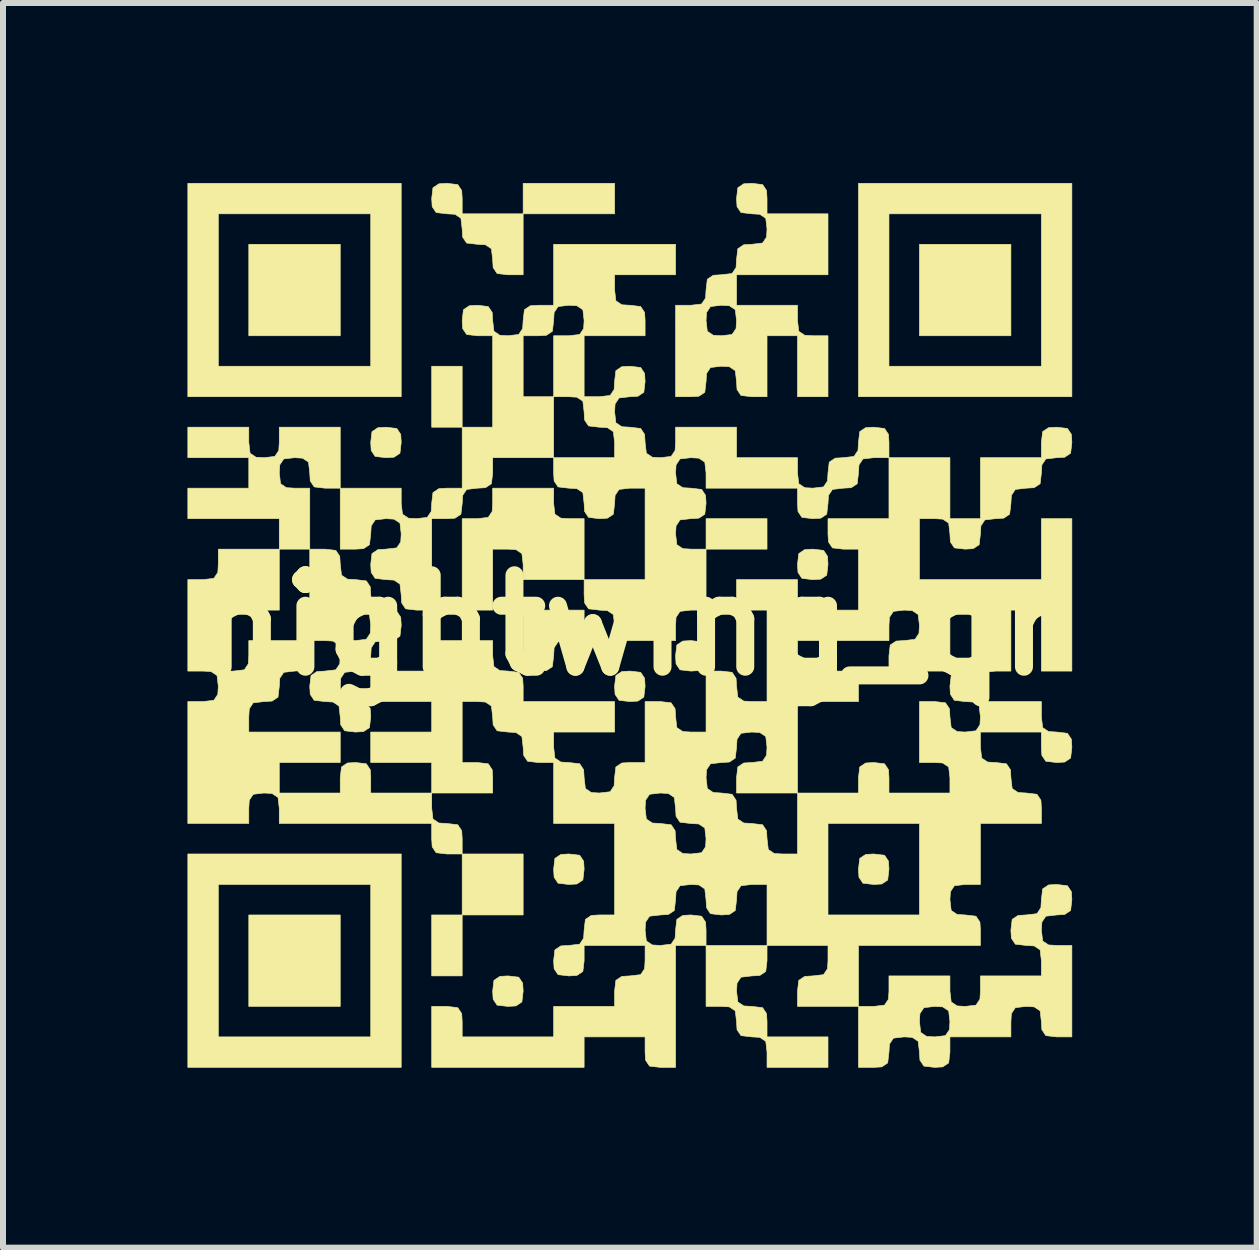
<source format=kicad_pcb>
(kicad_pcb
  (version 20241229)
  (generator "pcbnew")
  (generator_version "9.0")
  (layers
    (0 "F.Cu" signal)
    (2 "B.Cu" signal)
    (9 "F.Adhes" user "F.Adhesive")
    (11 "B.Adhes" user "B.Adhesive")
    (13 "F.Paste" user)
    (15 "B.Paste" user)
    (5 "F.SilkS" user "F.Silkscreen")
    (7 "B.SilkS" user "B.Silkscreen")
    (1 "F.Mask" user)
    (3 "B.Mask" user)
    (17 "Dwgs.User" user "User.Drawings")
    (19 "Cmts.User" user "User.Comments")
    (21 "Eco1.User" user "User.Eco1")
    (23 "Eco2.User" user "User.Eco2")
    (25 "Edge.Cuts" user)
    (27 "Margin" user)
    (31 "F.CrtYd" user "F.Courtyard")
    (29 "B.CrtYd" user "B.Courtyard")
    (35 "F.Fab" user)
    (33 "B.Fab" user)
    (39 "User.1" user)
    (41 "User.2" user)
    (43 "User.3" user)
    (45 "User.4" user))
  (footprint "nightwing_qr"
    (layer "F.Cu")
    (at 7.446 7.371)
    (property "Reference" "nightwing_qr" (at 0 0 0) (layer "F.SilkS") (effects (font (size 1.524 1.524) (thickness 0.3))))
    (attr through_hole)
    (fp_poly (pts (xy -4.826 -4.826) (xy -6.35 -4.826) (xy -6.35 -6.35) (xy -4.826 -6.35) (xy -4.826 -4.826)) (stroke (width 0.01) (type solid)) (fill yes) (layer "F.SilkS"))
    (fp_poly (pts (xy -4.826 6.35) (xy -6.35 6.35) (xy -6.35 4.826) (xy -4.826 4.826) (xy -4.826 6.35)) (stroke (width 0.01) (type solid)) (fill yes) (layer "F.SilkS"))
    (fp_poly (pts (xy -2.794 -3.302) (xy -3.302 -3.302) (xy -3.302 -4.318) (xy -2.794 -4.318) (xy -2.794 -3.302)) (stroke (width 0.01) (type solid)) (fill yes) (layer "F.SilkS"))
    (fp_poly (pts (xy -2.794 5.842) (xy -3.302 5.842) (xy -3.302 4.826) (xy -2.794 4.826) (xy -2.794 5.842)) (stroke (width 0.01) (type solid)) (fill yes) (layer "F.SilkS"))
    (fp_poly (pts (xy -1.778 4.826) (xy -2.794 4.826) (xy -2.794 3.81) (xy -1.778 3.81) (xy -1.778 4.826)) (stroke (width 0.01) (type solid)) (fill yes) (layer "F.SilkS"))
    (fp_poly (pts (xy -0.254 -6.858) (xy -1.778 -6.858) (xy -1.778 -7.366) (xy -0.254 -7.366) (xy -0.254 -6.858)) (stroke (width 0.01) (type solid)) (fill yes) (layer "F.SilkS"))
    (fp_poly (pts (xy 2.286 -1.27) (xy 1.27 -1.27) (xy 1.27 -1.778) (xy 2.286 -1.778) (xy 2.286 -1.27)) (stroke (width 0.01) (type solid)) (fill yes) (layer "F.SilkS"))
    (fp_poly (pts (xy 6.35 -4.826) (xy 4.826 -4.826) (xy 4.826 -6.35) (xy 6.35 -6.35) (xy 6.35 -4.826)) (stroke (width 0.01) (type solid)) (fill yes) (layer "F.SilkS"))
    (fp_poly (pts (xy -3.81 -3.81) (xy -7.366 -3.81) (xy -7.366 -6.858) (xy -6.858 -6.858) (xy -6.858 -4.318) (xy -4.318 -4.318) (xy -4.318 -6.858) (xy -6.858 -6.858) (xy -7.366 -6.858) (xy -7.366 -7.366) (xy -3.81 -7.366) (xy -3.81 -3.81)) (stroke (width 0.01) (type solid)) (fill yes) (layer "F.SilkS"))
    (fp_poly (pts (xy -3.81 7.366) (xy -7.366 7.366) (xy -7.366 4.318) (xy -6.858 4.318) (xy -6.858 6.858) (xy -4.318 6.858) (xy -4.318 4.318) (xy -6.858 4.318) (xy -7.366 4.318) (xy -7.366 3.81) (xy -3.81 3.81) (xy -3.81 7.366)) (stroke (width 0.01) (type solid)) (fill yes) (layer "F.SilkS"))
    (fp_poly (pts (xy 7.366 -3.81) (xy 3.81 -3.81) (xy 3.81 -6.858) (xy 4.318 -6.858) (xy 4.318 -4.318) (xy 6.858 -4.318) (xy 6.858 -6.858) (xy 4.318 -6.858) (xy 3.81 -6.858) (xy 3.81 -7.366) (xy 7.366 -7.366) (xy 7.366 -3.81)) (stroke (width 0.01) (type solid)) (fill yes) (layer "F.SilkS"))
    (fp_poly (pts (xy -3.884 -3.281) (xy -3.818 -3.182) (xy -3.81 -3.048) (xy -3.831 -2.868) (xy -3.93 -2.802) (xy -4.064 -2.794) (xy -4.244 -2.815) (xy -4.31 -2.914) (xy -4.318 -3.048) (xy -4.297 -3.228) (xy -4.198 -3.294) (xy -4.064 -3.302) (xy -3.884 -3.281)) (stroke (width 0.01) (type solid)) (fill yes) (layer "F.SilkS"))
    (fp_poly (pts (xy -1.852 5.863) (xy -1.786 5.962) (xy -1.778 6.096) (xy -1.799 6.276) (xy -1.898 6.342) (xy -2.032 6.35) (xy -2.212 6.329) (xy -2.278 6.23) (xy -2.286 6.096) (xy -2.265 5.916) (xy -2.166 5.85) (xy -2.032 5.842) (xy -1.852 5.863)) (stroke (width 0.01) (type solid)) (fill yes) (layer "F.SilkS"))
    (fp_poly (pts (xy -0.836 3.831) (xy -0.77 3.93) (xy -0.762 4.064) (xy -0.783 4.244) (xy -0.882 4.31) (xy -1.016 4.318) (xy -1.196 4.297) (xy -1.262 4.198) (xy -1.27 4.064) (xy -1.249 3.884) (xy -1.15 3.818) (xy -1.016 3.81) (xy -0.836 3.831)) (stroke (width 0.01) (type solid)) (fill yes) (layer "F.SilkS"))
    (fp_poly (pts (xy 0.18 0.783) (xy 0.246 0.882) (xy 0.254 1.016) (xy 0.233 1.196) (xy 0.134 1.262) (xy 0 1.27) (xy -0.18 1.249) (xy -0.246 1.15) (xy -0.254 1.016) (xy -0.233 0.836) (xy -0.134 0.77) (xy 0 0.762) (xy 0.18 0.783)) (stroke (width 0.01) (type solid)) (fill yes) (layer "F.SilkS"))
    (fp_poly (pts (xy 1.196 0.275) (xy 1.262 0.374) (xy 1.27 0.508) (xy 1.249 0.688) (xy 1.15 0.754) (xy 1.016 0.762) (xy 0.836 0.741) (xy 0.77 0.642) (xy 0.762 0.508) (xy 0.783 0.328) (xy 0.882 0.262) (xy 1.016 0.254) (xy 1.196 0.275)) (stroke (width 0.01) (type solid)) (fill yes) (layer "F.SilkS"))
    (fp_poly (pts (xy 3.228 -1.249) (xy 3.294 -1.15) (xy 3.302 -1.016) (xy 3.281 -0.836) (xy 3.182 -0.77) (xy 3.048 -0.762) (xy 2.868 -0.783) (xy 2.802 -0.882) (xy 2.794 -1.016) (xy 2.815 -1.196) (xy 2.914 -1.262) (xy 3.048 -1.27) (xy 3.228 -1.249)) (stroke (width 0.01) (type solid)) (fill yes) (layer "F.SilkS"))
    (fp_poly (pts (xy 4.244 3.831) (xy 4.31 3.93) (xy 4.318 4.064) (xy 4.297 4.244) (xy 4.198 4.31) (xy 4.064 4.318) (xy 3.884 4.297) (xy 3.818 4.198) (xy 3.81 4.064) (xy 3.831 3.884) (xy 3.93 3.818) (xy 4.064 3.81) (xy 4.244 3.831)) (stroke (width 0.01) (type solid)) (fill yes) (layer "F.SilkS"))
    (fp_poly (pts (xy -0.762 0) (xy -0.783 0.18) (xy -0.882 0.246) (xy -1.016 0.254) (xy -1.196 0.275) (xy -1.262 0.374) (xy -1.27 0.508) (xy -1.291 0.688) (xy -1.39 0.754) (xy -1.524 0.762) (xy -1.778 0.762) (xy -1.778 -0.254) (xy -0.762 -0.254) (xy -0.762 0)) (stroke (width 0.01) (type solid)) (fill yes) (layer "F.SilkS"))
    (fp_poly (pts (xy -1.27 -2.032) (xy -1.249 -1.852) (xy -1.15 -1.786) (xy -1.016 -1.778) (xy -0.762 -1.778) (xy -0.762 -0.762) (xy -1.778 -0.762) (xy -1.778 -1.016) (xy -1.799 -1.196) (xy -1.898 -1.262) (xy -2.032 -1.27) (xy -2.286 -1.27) (xy -2.286 -0.254) (xy -2.794 -0.254) (xy -2.794 -1.778) (xy -2.54 -1.778) (xy -2.36 -1.799) (xy -2.294 -1.898) (xy -2.286 -2.032) (xy -2.286 -2.286) (xy -1.27 -2.286) (xy -1.27 -2.032)) (stroke (width 0.01) (type solid)) (fill yes) (layer "F.SilkS"))
    (fp_poly (pts (xy -2.868 -7.345) (xy -2.802 -7.246) (xy -2.794 -7.112) (xy -2.794 -6.858) (xy -1.778 -6.858) (xy -1.778 -5.842) (xy -2.032 -5.842) (xy -2.212 -5.863) (xy -2.278 -5.962) (xy -2.286 -6.096) (xy -2.307 -6.276) (xy -2.406 -6.342) (xy -2.54 -6.35) (xy -2.72 -6.371) (xy -2.786 -6.47) (xy -2.794 -6.604) (xy -2.815 -6.784) (xy -2.914 -6.85) (xy -3.048 -6.858) (xy -3.228 -6.879) (xy -3.294 -6.978) (xy -3.302 -7.112) (xy -3.281 -7.292) (xy -3.182 -7.358) (xy -3.048 -7.366) (xy -2.868 -7.345)) (stroke (width 0.01) (type solid)) (fill yes) (layer "F.SilkS"))
    (fp_poly (pts (xy -4.9 -1.249) (xy -4.834 -1.15) (xy -4.826 -1.016) (xy -4.805 -0.836) (xy -4.706 -0.77) (xy -4.572 -0.762) (xy -4.392 -0.741) (xy -4.326 -0.642) (xy -4.318 -0.508) (xy -4.297 -0.328) (xy -4.198 -0.262) (xy -4.064 -0.254) (xy -3.884 -0.233) (xy -3.818 -0.134) (xy -3.81 0) (xy -3.831 0.18) (xy -3.93 0.246) (xy -4.064 0.254) (xy -4.244 0.275) (xy -4.31 0.374) (xy -4.318 0.508) (xy -4.339 0.688) (xy -4.438 0.754) (xy -4.572 0.762) (xy -4.752 0.783) (xy -4.818 0.882) (xy -4.826 1.016) (xy -4.805 1.196) (xy -4.706 1.262) (xy -4.572 1.27) (xy -4.392 1.291) (xy -4.326 1.39) (xy -4.318 1.524) (xy -4.339 1.704) (xy -4.438 1.77) (xy -4.572 1.778) (xy -4.752 1.757) (xy -4.818 1.658) (xy -4.826 1.524) (xy -4.847 1.344) (xy -4.946 1.278) (xy -5.08 1.27) (xy -5.26 1.249) (xy -5.326 1.15) (xy -5.334 1.016) (xy -5.313 0.836) (xy -5.214 0.77) (xy -5.08 0.762) (xy -4.9 0.741) (xy -4.834 0.642) (xy -4.826 0.508) (xy -4.847 0.328) (xy -4.946 0.262) (xy -5.08 0.254) (xy -5.334 0.254) (xy -5.334 0) (xy -4.826 0) (xy -4.805 0.18) (xy -4.706 0.246) (xy -4.572 0.254) (xy -4.392 0.233) (xy -4.326 0.134) (xy -4.318 0) (xy -4.339 -0.18) (xy -4.438 -0.246) (xy -4.572 -0.254) (xy -4.752 -0.233) (xy -4.818 -0.134) (xy -4.826 0) (xy -5.334 0) (xy -5.334 -1.27) (xy -5.08 -1.27) (xy -4.9 -1.249)) (stroke (width 0.01) (type solid)) (fill yes) (layer "F.SilkS"))
    (fp_poly (pts (xy 2.212 -7.345) (xy 2.278 -7.246) (xy 2.286 -7.112) (xy 2.286 -6.858) (xy 3.302 -6.858) (xy 3.302 -5.842) (xy 1.778 -5.842) (xy 1.778 -5.334) (xy 2.794 -5.334) (xy 2.794 -5.08) (xy 2.815 -4.9) (xy 2.914 -4.834) (xy 3.048 -4.826) (xy 3.302 -4.826) (xy 3.302 -3.81) (xy 2.794 -3.81) (xy 2.794 -4.826) (xy 2.286 -4.826) (xy 2.286 -3.81) (xy 2.032 -3.81) (xy 1.852 -3.831) (xy 1.786 -3.93) (xy 1.778 -4.064) (xy 1.757 -4.244) (xy 1.658 -4.31) (xy 1.524 -4.318) (xy 1.344 -4.297) (xy 1.278 -4.198) (xy 1.27 -4.064) (xy 1.249 -3.884) (xy 1.15 -3.818) (xy 1.016 -3.81) (xy 0.762 -3.81) (xy 0.762 -5.08) (xy 1.27 -5.08) (xy 1.291 -4.9) (xy 1.39 -4.834) (xy 1.524 -4.826) (xy 1.704 -4.847) (xy 1.77 -4.946) (xy 1.778 -5.08) (xy 1.757 -5.26) (xy 1.658 -5.326) (xy 1.524 -5.334) (xy 1.344 -5.313) (xy 1.278 -5.214) (xy 1.27 -5.08) (xy 0.762 -5.08) (xy 0.762 -5.334) (xy 1.016 -5.334) (xy 1.196 -5.355) (xy 1.262 -5.454) (xy 1.27 -5.588) (xy 1.291 -5.768) (xy 1.39 -5.834) (xy 1.524 -5.842) (xy 1.704 -5.863) (xy 1.77 -5.962) (xy 1.778 -6.096) (xy 1.799 -6.276) (xy 1.898 -6.342) (xy 2.032 -6.35) (xy 2.212 -6.371) (xy 2.278 -6.47) (xy 2.286 -6.604) (xy 2.265 -6.784) (xy 2.166 -6.85) (xy 2.032 -6.858) (xy 1.852 -6.879) (xy 1.786 -6.978) (xy 1.778 -7.112) (xy 1.799 -7.292) (xy 1.898 -7.358) (xy 2.032 -7.366) (xy 2.212 -7.345)) (stroke (width 0.01) (type solid)) (fill yes) (layer "F.SilkS"))
    (fp_poly (pts (xy 7.292 4.339) (xy 7.358 4.438) (xy 7.366 4.572) (xy 7.345 4.752) (xy 7.246 4.818) (xy 7.112 4.826) (xy 6.932 4.847) (xy 6.866 4.946) (xy 6.858 5.08) (xy 6.879 5.26) (xy 6.978 5.326) (xy 7.112 5.334) (xy 7.366 5.334) (xy 7.366 6.858) (xy 7.112 6.858) (xy 6.932 6.837) (xy 6.866 6.738) (xy 6.858 6.604) (xy 6.837 6.424) (xy 6.738 6.358) (xy 6.604 6.35) (xy 6.424 6.371) (xy 6.358 6.47) (xy 6.35 6.604) (xy 6.35 6.858) (xy 5.334 6.858) (xy 5.334 7.112) (xy 5.313 7.292) (xy 5.214 7.358) (xy 5.08 7.366) (xy 4.9 7.345) (xy 4.834 7.246) (xy 4.826 7.112) (xy 4.805 6.932) (xy 4.706 6.866) (xy 4.572 6.858) (xy 4.392 6.879) (xy 4.326 6.978) (xy 4.318 7.112) (xy 4.297 7.292) (xy 4.198 7.358) (xy 4.064 7.366) (xy 3.81 7.366) (xy 3.81 6.604) (xy 4.826 6.604) (xy 4.847 6.784) (xy 4.946 6.85) (xy 5.08 6.858) (xy 5.26 6.837) (xy 5.326 6.738) (xy 5.334 6.604) (xy 5.313 6.424) (xy 5.214 6.358) (xy 5.08 6.35) (xy 4.9 6.371) (xy 4.834 6.47) (xy 4.826 6.604) (xy 3.81 6.604) (xy 3.81 6.35) (xy 4.064 6.35) (xy 4.244 6.329) (xy 4.31 6.23) (xy 4.318 6.096) (xy 4.318 5.842) (xy 5.334 5.842) (xy 5.334 6.096) (xy 5.355 6.276) (xy 5.454 6.342) (xy 5.588 6.35) (xy 5.768 6.329) (xy 5.834 6.23) (xy 5.842 6.096) (xy 5.842 5.842) (xy 6.858 5.842) (xy 6.858 5.588) (xy 6.837 5.408) (xy 6.738 5.342) (xy 6.604 5.334) (xy 6.424 5.313) (xy 6.358 5.214) (xy 6.35 5.08) (xy 6.371 4.9) (xy 6.47 4.834) (xy 6.604 4.826) (xy 6.784 4.805) (xy 6.85 4.706) (xy 6.858 4.572) (xy 6.879 4.392) (xy 6.978 4.326) (xy 7.112 4.318) (xy 7.292 4.339)) (stroke (width 0.01) (type solid)) (fill yes) (layer "F.SilkS"))
    (fp_poly (pts (xy 5.334 -2.794) (xy 5.334 -1.778) (xy 5.842 -1.778) (xy 5.842 -2.794) (xy 6.858 -2.794) (xy 6.858 -3.048) (xy 6.879 -3.228) (xy 6.978 -3.294) (xy 7.112 -3.302) (xy 7.292 -3.281) (xy 7.358 -3.182) (xy 7.366 -3.048) (xy 7.345 -2.868) (xy 7.246 -2.802) (xy 7.112 -2.794) (xy 6.932 -2.773) (xy 6.866 -2.674) (xy 6.858 -2.54) (xy 6.837 -2.36) (xy 6.738 -2.294) (xy 6.604 -2.286) (xy 6.424 -2.265) (xy 6.358 -2.166) (xy 6.35 -2.032) (xy 6.329 -1.852) (xy 6.23 -1.786) (xy 6.096 -1.778) (xy 5.916 -1.757) (xy 5.85 -1.658) (xy 5.842 -1.524) (xy 5.821 -1.344) (xy 5.722 -1.278) (xy 5.588 -1.27) (xy 5.408 -1.291) (xy 5.342 -1.39) (xy 5.334 -1.524) (xy 5.313 -1.704) (xy 5.214 -1.77) (xy 5.08 -1.778) (xy 4.826 -1.778) (xy 4.826 -0.762) (xy 6.858 -0.762) (xy 6.858 -1.778) (xy 7.366 -1.778) (xy 7.366 0.762) (xy 6.858 0.762) (xy 6.858 -0.254) (xy 6.35 -0.254) (xy 6.35 0.762) (xy 6.096 0.762) (xy 5.916 0.783) (xy 5.85 0.882) (xy 5.842 1.016) (xy 5.842 1.27) (xy 6.858 1.27) (xy 6.858 1.524) (xy 6.879 1.704) (xy 6.978 1.77) (xy 7.112 1.778) (xy 7.292 1.799) (xy 7.358 1.898) (xy 7.366 2.032) (xy 7.345 2.212) (xy 7.246 2.278) (xy 7.112 2.286) (xy 6.932 2.265) (xy 6.866 2.166) (xy 6.858 2.032) (xy 6.858 1.778) (xy 5.842 1.778) (xy 5.842 2.032) (xy 5.863 2.212) (xy 5.962 2.278) (xy 6.096 2.286) (xy 6.276 2.307) (xy 6.342 2.406) (xy 6.35 2.54) (xy 6.371 2.72) (xy 6.47 2.786) (xy 6.604 2.794) (xy 6.784 2.815) (xy 6.85 2.914) (xy 6.858 3.048) (xy 6.858 3.302) (xy 5.842 3.302) (xy 5.842 4.318) (xy 5.588 4.318) (xy 5.408 4.339) (xy 5.342 4.438) (xy 5.334 4.572) (xy 5.355 4.752) (xy 5.454 4.818) (xy 5.588 4.826) (xy 5.768 4.847) (xy 5.834 4.946) (xy 5.842 5.08) (xy 5.842 5.334) (xy 3.81 5.334) (xy 3.81 6.35) (xy 2.794 6.35) (xy 2.794 6.096) (xy 2.815 5.916) (xy 2.914 5.85) (xy 3.048 5.842) (xy 3.228 5.821) (xy 3.294 5.722) (xy 3.302 5.588) (xy 3.302 5.334) (xy 2.286 5.334) (xy 2.286 5.588) (xy 2.265 5.768) (xy 2.166 5.834) (xy 2.032 5.842) (xy 1.852 5.863) (xy 1.786 5.962) (xy 1.778 6.096) (xy 1.799 6.276) (xy 1.898 6.342) (xy 2.032 6.35) (xy 2.212 6.371) (xy 2.278 6.47) (xy 2.286 6.604) (xy 2.286 6.858) (xy 3.302 6.858) (xy 3.302 7.366) (xy 2.286 7.366) (xy 2.286 7.112) (xy 2.265 6.932) (xy 2.166 6.866) (xy 2.032 6.858) (xy 1.852 6.837) (xy 1.786 6.738) (xy 1.778 6.604) (xy 1.757 6.424) (xy 1.658 6.358) (xy 1.524 6.35) (xy 1.27 6.35) (xy 1.27 5.334) (xy 0.762 5.334) (xy 0.762 7.366) (xy 0.508 7.366) (xy 0.328 7.345) (xy 0.262 7.246) (xy 0.254 7.112) (xy 0.254 6.858) (xy -0.762 6.858) (xy -0.762 7.366) (xy -3.302 7.366) (xy -3.302 6.35) (xy -3.048 6.35) (xy -2.868 6.371) (xy -2.802 6.47) (xy -2.794 6.604) (xy -2.794 6.858) (xy -1.27 6.858) (xy -1.27 6.35) (xy -0.254 6.35) (xy -0.254 6.096) (xy -0.233 5.916) (xy -0.134 5.85) (xy 0 5.842) (xy 0.18 5.821) (xy 0.246 5.722) (xy 0.254 5.588) (xy 0.254 5.334) (xy -0.762 5.334) (xy -0.762 5.588) (xy -0.783 5.768) (xy -0.882 5.834) (xy -1.016 5.842) (xy -1.196 5.821) (xy -1.262 5.722) (xy -1.27 5.588) (xy -1.249 5.408) (xy -1.15 5.342) (xy -1.016 5.334) (xy -0.836 5.313) (xy -0.77 5.214) (xy -0.762 5.08) (xy 0.254 5.08) (xy 0.275 5.26) (xy 0.374 5.326) (xy 0.508 5.334) (xy 0.688 5.313) (xy 0.754 5.214) (xy 0.762 5.08) (xy 0.783 4.9) (xy 0.882 4.834) (xy 1.016 4.826) (xy 1.196 4.847) (xy 1.262 4.946) (xy 1.27 5.08) (xy 1.27 5.334) (xy 2.286 5.334) (xy 2.286 4.318) (xy 2.032 4.318) (xy 1.852 4.339) (xy 1.786 4.438) (xy 1.778 4.572) (xy 1.757 4.752) (xy 1.658 4.818) (xy 1.524 4.826) (xy 1.344 4.805) (xy 1.278 4.706) (xy 1.27 4.572) (xy 1.249 4.392) (xy 1.15 4.326) (xy 1.016 4.318) (xy 0.836 4.339) (xy 0.77 4.438) (xy 0.762 4.572) (xy 0.741 4.752) (xy 0.642 4.818) (xy 0.508 4.826) (xy 0.328 4.847) (xy 0.262 4.946) (xy 0.254 5.08) (xy -0.762 5.08) (xy -0.741 4.9) (xy -0.642 4.834) (xy -0.508 4.826) (xy -0.254 4.826) (xy -0.254 3.302) (xy -1.27 3.302) (xy -1.27 3.048) (xy 0.254 3.048) (xy 0.275 3.228) (xy 0.374 3.294) (xy 0.508 3.302) (xy 0.688 3.323) (xy 0.754 3.422) (xy 0.762 3.556) (xy 0.783 3.736) (xy 0.882 3.802) (xy 1.016 3.81) (xy 1.196 3.789) (xy 1.262 3.69) (xy 1.27 3.556) (xy 1.249 3.376) (xy 1.15 3.31) (xy 1.016 3.302) (xy 0.836 3.281) (xy 0.77 3.182) (xy 0.762 3.048) (xy 0.741 2.868) (xy 0.642 2.802) (xy 0.508 2.794) (xy 0.328 2.815) (xy 0.262 2.914) (xy 0.254 3.048) (xy -1.27 3.048) (xy -1.27 2.286) (xy -1.524 2.286) (xy -1.704 2.265) (xy -1.77 2.166) (xy -1.778 2.032) (xy -1.799 1.852) (xy -1.898 1.786) (xy -2.032 1.778) (xy -2.212 1.757) (xy -2.278 1.658) (xy -2.286 1.524) (xy -2.307 1.344) (xy -2.406 1.278) (xy -2.54 1.27) (xy -2.794 1.27) (xy -2.794 2.286) (xy -2.54 2.286) (xy -2.36 2.307) (xy -2.294 2.406) (xy -2.286 2.54) (xy -2.286 2.794) (xy -3.302 2.794) (xy -3.302 3.048) (xy -3.281 3.228) (xy -3.182 3.294) (xy -3.048 3.302) (xy -2.868 3.323) (xy -2.802 3.422) (xy -2.794 3.556) (xy -2.794 3.81) (xy -3.048 3.81) (xy -3.228 3.789) (xy -3.294 3.69) (xy -3.302 3.556) (xy -3.302 3.302) (xy -5.842 3.302) (xy -5.842 3.048) (xy -5.863 2.868) (xy -5.962 2.802) (xy -6.096 2.794) (xy -6.276 2.815) (xy -6.342 2.914) (xy -6.35 3.048) (xy -6.35 3.302) (xy -7.366 3.302) (xy -7.366 1.27) (xy -7.112 1.27) (xy -6.932 1.249) (xy -6.866 1.15) (xy -6.858 1.016) (xy -6.879 0.836) (xy -6.978 0.77) (xy -7.112 0.762) (xy -7.366 0.762) (xy -7.366 -0.254) (xy -6.858 -0.254) (xy -6.858 0.762) (xy -6.604 0.762) (xy -6.424 0.741) (xy -6.358 0.642) (xy -6.35 0.508) (xy -6.35 0.254) (xy -5.334 0.254) (xy -5.334 0.508) (xy -5.355 0.688) (xy -5.454 0.754) (xy -5.588 0.762) (xy -5.768 0.783) (xy -5.834 0.882) (xy -5.842 1.016) (xy -5.863 1.196) (xy -5.962 1.262) (xy -6.096 1.27) (xy -6.276 1.291) (xy -6.342 1.39) (xy -6.35 1.524) (xy -6.35 1.778) (xy -4.826 1.778) (xy -4.826 2.286) (xy -5.842 2.286) (xy -5.842 2.794) (xy -4.826 2.794) (xy -4.826 2.54) (xy -4.805 2.36) (xy -4.706 2.294) (xy -4.572 2.286) (xy -4.392 2.307) (xy -4.326 2.406) (xy -4.318 2.54) (xy -4.318 2.794) (xy -3.302 2.794) (xy -3.302 2.286) (xy -4.318 2.286) (xy -4.318 1.778) (xy -3.302 1.778) (xy -3.302 1.27) (xy -4.318 1.27) (xy -4.318 0.762) (xy -3.302 0.762) (xy -3.302 0.254) (xy -2.286 0.254) (xy -2.286 0.508) (xy -2.265 0.688) (xy -2.166 0.754) (xy -2.032 0.762) (xy -1.852 0.783) (xy -1.786 0.882) (xy -1.778 1.016) (xy -1.778 1.27) (xy -0.254 1.27) (xy -0.254 1.778) (xy -1.27 1.778) (xy -1.27 2.032) (xy -1.249 2.212) (xy -1.15 2.278) (xy -1.016 2.286) (xy -0.836 2.307) (xy -0.77 2.406) (xy -0.762 2.54) (xy -0.741 2.72) (xy -0.642 2.786) (xy -0.508 2.794) (xy -0.328 2.773) (xy -0.262 2.674) (xy -0.254 2.54) (xy 1.27 2.54) (xy 1.291 2.72) (xy 1.39 2.786) (xy 1.524 2.794) (xy 1.704 2.815) (xy 1.77 2.914) (xy 1.778 3.048) (xy 1.799 3.228) (xy 1.898 3.294) (xy 2.032 3.302) (xy 2.212 3.323) (xy 2.278 3.422) (xy 2.286 3.556) (xy 2.307 3.736) (xy 2.406 3.802) (xy 2.54 3.81) (xy 2.794 3.81) (xy 2.794 3.302) (xy 3.302 3.302) (xy 3.302 4.826) (xy 4.826 4.826) (xy 4.826 3.302) (xy 3.302 3.302) (xy 2.794 3.302) (xy 2.794 2.794) (xy 1.778 2.794) (xy 1.778 2.54) (xy 1.799 2.36) (xy 1.898 2.294) (xy 2.032 2.286) (xy 2.212 2.265) (xy 2.278 2.166) (xy 2.286 2.032) (xy 2.265 1.852) (xy 2.166 1.786) (xy 2.032 1.778) (xy 1.852 1.799) (xy 1.786 1.898) (xy 1.778 2.032) (xy 1.757 2.212) (xy 1.658 2.278) (xy 1.524 2.286) (xy 1.344 2.307) (xy 1.278 2.406) (xy 1.27 2.54) (xy -0.254 2.54) (xy -0.233 2.36) (xy -0.134 2.294) (xy 0 2.286) (xy 0.254 2.286) (xy 0.254 1.27) (xy 0.508 1.27) (xy 0.688 1.291) (xy 0.754 1.39) (xy 0.762 1.524) (xy 0.783 1.704) (xy 0.882 1.77) (xy 1.016 1.778) (xy 1.27 1.778) (xy 1.27 0.762) (xy 1.524 0.762) (xy 1.704 0.783) (xy 1.77 0.882) (xy 1.778 1.016) (xy 1.799 1.196) (xy 1.898 1.262) (xy 2.032 1.27) (xy 2.286 1.27) (xy 2.286 0.254) (xy 2.794 0.254) (xy 2.794 0.762) (xy 3.81 0.762) (xy 3.81 1.27) (xy 2.794 1.27) (xy 2.794 2.794) (xy 3.81 2.794) (xy 3.81 2.54) (xy 3.831 2.36) (xy 3.93 2.294) (xy 4.064 2.286) (xy 4.244 2.307) (xy 4.31 2.406) (xy 4.318 2.54) (xy 4.318 2.794) (xy 5.334 2.794) (xy 5.334 2.54) (xy 5.313 2.36) (xy 5.214 2.294) (xy 5.08 2.286) (xy 4.826 2.286) (xy 4.826 1.27) (xy 5.08 1.27) (xy 5.26 1.291) (xy 5.326 1.39) (xy 5.334 1.524) (xy 5.355 1.704) (xy 5.454 1.77) (xy 5.588 1.778) (xy 5.768 1.757) (xy 5.834 1.658) (xy 5.842 1.524) (xy 5.821 1.344) (xy 5.722 1.278) (xy 5.588 1.27) (xy 5.408 1.249) (xy 5.342 1.15) (xy 5.334 1.016) (xy 5.355 0.836) (xy 5.454 0.77) (xy 5.588 0.762) (xy 5.842 0.762) (xy 5.842 -0.254) (xy 5.334 -0.254) (xy 5.334 0.762) (xy 4.318 0.762) (xy 4.318 0.508) (xy 4.339 0.328) (xy 4.438 0.262) (xy 4.572 0.254) (xy 4.752 0.233) (xy 4.818 0.134) (xy 4.826 0) (xy 4.805 -0.18) (xy 4.706 -0.246) (xy 4.572 -0.254) (xy 4.392 -0.233) (xy 4.326 -0.134) (xy 4.318 0) (xy 4.318 0.254) (xy 2.794 0.254) (xy 2.286 0.254) (xy 2.286 -0.254) (xy 2.032 -0.254) (xy 1.852 -0.275) (xy 1.786 -0.374) (xy 1.778 -0.508) (xy 1.778 -0.762) (xy 2.794 -0.762) (xy 2.794 -0.254) (xy 3.81 -0.254) (xy 3.81 -1.27) (xy 3.556 -1.27) (xy 3.376 -1.291) (xy 3.31 -1.39) (xy 3.302 -1.524) (xy 3.302 -1.778) (xy 4.318 -1.778) (xy 4.318 -2.794) (xy 4.064 -2.794) (xy 3.884 -2.773) (xy 3.818 -2.674) (xy 3.81 -2.54) (xy 3.789 -2.36) (xy 3.69 -2.294) (xy 3.556 -2.286) (xy 3.376 -2.265) (xy 3.31 -2.166) (xy 3.302 -2.032) (xy 3.281 -1.852) (xy 3.182 -1.786) (xy 3.048 -1.778) (xy 2.868 -1.799) (xy 2.802 -1.898) (xy 2.794 -2.032) (xy 2.794 -2.286) (xy 1.27 -2.286) (xy 1.27 -2.54) (xy 1.249 -2.72) (xy 1.15 -2.786) (xy 1.016 -2.794) (xy 0.836 -2.773) (xy 0.77 -2.674) (xy 0.762 -2.54) (xy 0.783 -2.36) (xy 0.882 -2.294) (xy 1.016 -2.286) (xy 1.196 -2.265) (xy 1.262 -2.166) (xy 1.27 -2.032) (xy 1.249 -1.852) (xy 1.15 -1.786) (xy 1.016 -1.778) (xy 0.836 -1.757) (xy 0.77 -1.658) (xy 0.762 -1.524) (xy 0.783 -1.344) (xy 0.882 -1.278) (xy 1.016 -1.27) (xy 1.27 -1.27) (xy 1.27 -0.254) (xy 1.016 -0.254) (xy 0.836 -0.233) (xy 0.77 -0.134) (xy 0.762 0) (xy 0.762 0.254) (xy -0.254 0.254) (xy -0.254 0) (xy -0.275 -0.18) (xy -0.374 -0.246) (xy -0.508 -0.254) (xy -0.688 -0.275) (xy -0.754 -0.374) (xy -0.762 -0.508) (xy -0.762 -0.762) (xy 0.254 -0.762) (xy 0.254 -2.286) (xy 0 -2.286) (xy -0.18 -2.265) (xy -0.246 -2.166) (xy -0.254 -2.032) (xy -0.275 -1.852) (xy -0.374 -1.786) (xy -0.508 -1.778) (xy -0.688 -1.799) (xy -0.754 -1.898) (xy -0.762 -2.032) (xy -0.783 -2.212) (xy -0.882 -2.278) (xy -1.016 -2.286) (xy -1.196 -2.307) (xy -1.262 -2.406) (xy -1.27 -2.54) (xy -1.27 -2.794) (xy -2.286 -2.794) (xy -2.286 -2.54) (xy -2.307 -2.36) (xy -2.406 -2.294) (xy -2.54 -2.286) (xy -2.72 -2.265) (xy -2.786 -2.166) (xy -2.794 -2.032) (xy -2.815 -1.852) (xy -2.914 -1.786) (xy -3.048 -1.778) (xy -3.302 -1.778) (xy -3.302 -0.254) (xy -3.556 -0.254) (xy -3.736 -0.275) (xy -3.802 -0.374) (xy -3.81 -0.508) (xy -3.831 -0.688) (xy -3.93 -0.754) (xy -4.064 -0.762) (xy -4.244 -0.783) (xy -4.31 -0.882) (xy -4.318 -1.016) (xy -4.297 -1.196) (xy -4.198 -1.262) (xy -4.064 -1.27) (xy -3.884 -1.291) (xy -3.818 -1.39) (xy -3.81 -1.524) (xy -3.831 -1.704) (xy -3.93 -1.77) (xy -4.064 -1.778) (xy -4.244 -1.757) (xy -4.31 -1.658) (xy -4.318 -1.524) (xy -4.339 -1.344) (xy -4.438 -1.278) (xy -4.572 -1.27) (xy -4.826 -1.27) (xy -4.826 -2.286) (xy -5.08 -2.286) (xy -5.26 -2.307) (xy -5.326 -2.406) (xy -5.334 -2.54) (xy -5.355 -2.72) (xy -5.454 -2.786) (xy -5.588 -2.794) (xy -5.768 -2.773) (xy -5.834 -2.674) (xy -5.842 -2.54) (xy -5.821 -2.36) (xy -5.722 -2.294) (xy -5.588 -2.286) (xy -5.334 -2.286) (xy -5.334 -1.27) (xy -5.842 -1.27) (xy -5.842 -0.254) (xy -6.858 -0.254) (xy -7.366 -0.254) (xy -7.366 -0.762) (xy -7.112 -0.762) (xy -6.932 -0.783) (xy -6.866 -0.882) (xy -6.858 -1.016) (xy -6.858 -1.27) (xy -5.842 -1.27) (xy -5.842 -1.778) (xy -7.366 -1.778) (xy -7.366 -2.286) (xy -6.35 -2.286) (xy -6.35 -2.794) (xy -7.366 -2.794) (xy -7.366 -3.302) (xy -6.35 -3.302) (xy -6.35 -3.048) (xy -6.329 -2.868) (xy -6.23 -2.802) (xy -6.096 -2.794) (xy -5.916 -2.815) (xy -5.85 -2.914) (xy -5.842 -3.048) (xy -5.842 -3.302) (xy -4.826 -3.302) (xy -4.826 -2.286) (xy -3.81 -2.286) (xy -3.81 -2.032) (xy -3.789 -1.852) (xy -3.69 -1.786) (xy -3.556 -1.778) (xy -3.376 -1.799) (xy -3.31 -1.898) (xy -3.302 -2.032) (xy -3.281 -2.212) (xy -3.182 -2.278) (xy -3.048 -2.286) (xy -2.794 -2.286) (xy -2.794 -3.302) (xy -2.286 -3.302) (xy -2.286 -4.826) (xy -2.54 -4.826) (xy -2.72 -4.847) (xy -2.786 -4.946) (xy -2.794 -5.08) (xy -2.773 -5.26) (xy -2.674 -5.326) (xy -2.54 -5.334) (xy -2.36 -5.313) (xy -2.294 -5.214) (xy -2.286 -5.08) (xy -2.265 -4.9) (xy -2.166 -4.834) (xy -2.032 -4.826) (xy -1.778 -4.826) (xy -1.778 -3.81) (xy -1.27 -3.81) (xy -1.27 -2.794) (xy -0.254 -2.794) (xy -0.254 -3.048) (xy -0.275 -3.228) (xy -0.374 -3.294) (xy -0.508 -3.302) (xy -0.688 -3.323) (xy -0.754 -3.422) (xy -0.762 -3.556) (xy -0.783 -3.736) (xy -0.882 -3.802) (xy -1.016 -3.81) (xy -1.27 -3.81) (xy -1.27 -4.826) (xy -1.016 -4.826) (xy -0.836 -4.847) (xy -0.77 -4.946) (xy -0.762 -5.08) (xy -0.783 -5.26) (xy -0.882 -5.326) (xy -1.016 -5.334) (xy -1.196 -5.313) (xy -1.262 -5.214) (xy -1.27 -5.08) (xy -1.291 -4.9) (xy -1.39 -4.834) (xy -1.524 -4.826) (xy -1.778 -4.826) (xy -2.032 -4.826) (xy -1.852 -4.847) (xy -1.786 -4.946) (xy -1.778 -5.08) (xy -1.757 -5.26) (xy -1.658 -5.326) (xy -1.524 -5.334) (xy -1.27 -5.334) (xy -1.27 -6.35) (xy 0.762 -6.35) (xy 0.762 -5.842) (xy -0.254 -5.842) (xy -0.254 -5.588) (xy -0.233 -5.408) (xy -0.134 -5.342) (xy 0 -5.334) (xy 0.18 -5.313) (xy 0.246 -5.214) (xy 0.254 -5.08) (xy 0.254 -4.826) (xy -0.762 -4.826) (xy -0.762 -3.81) (xy -0.508 -3.81) (xy -0.328 -3.831) (xy -0.262 -3.93) (xy -0.254 -4.064) (xy -0.233 -4.244) (xy -0.134 -4.31) (xy 0 -4.318) (xy 0.18 -4.297) (xy 0.246 -4.198) (xy 0.254 -4.064) (xy 0.233 -3.884) (xy 0.134 -3.818) (xy 0 -3.81) (xy -0.18 -3.789) (xy -0.246 -3.69) (xy -0.254 -3.556) (xy -0.233 -3.376) (xy -0.134 -3.31) (xy 0 -3.302) (xy 0.18 -3.281) (xy 0.246 -3.182) (xy 0.254 -3.048) (xy 0.275 -2.868) (xy 0.374 -2.802) (xy 0.508 -2.794) (xy 0.688 -2.815) (xy 0.754 -2.914) (xy 0.762 -3.048) (xy 0.762 -3.302) (xy 1.778 -3.302) (xy 1.778 -2.794) (xy 2.794 -2.794) (xy 2.794 -2.54) (xy 2.815 -2.36) (xy 2.914 -2.294) (xy 3.048 -2.286) (xy 3.228 -2.307) (xy 3.294 -2.406) (xy 3.302 -2.54) (xy 3.323 -2.72) (xy 3.422 -2.786) (xy 3.556 -2.794) (xy 3.736 -2.815) (xy 3.802 -2.914) (xy 3.81 -3.048) (xy 3.831 -3.228) (xy 3.93 -3.294) (xy 4.064 -3.302) (xy 4.244 -3.281) (xy 4.31 -3.182) (xy 4.318 -3.048) (xy 4.318 -2.794) (xy 5.334 -2.794)) (stroke (width 0.01) (type solid)) (fill yes) (layer "F.SilkS")))
  (gr_rect
    (start -3 -3)
    (end 17.892 17.742)
    (stroke (width 0.1) (type default))
    (fill no)
    (layer "Edge.Cuts")))
</source>
